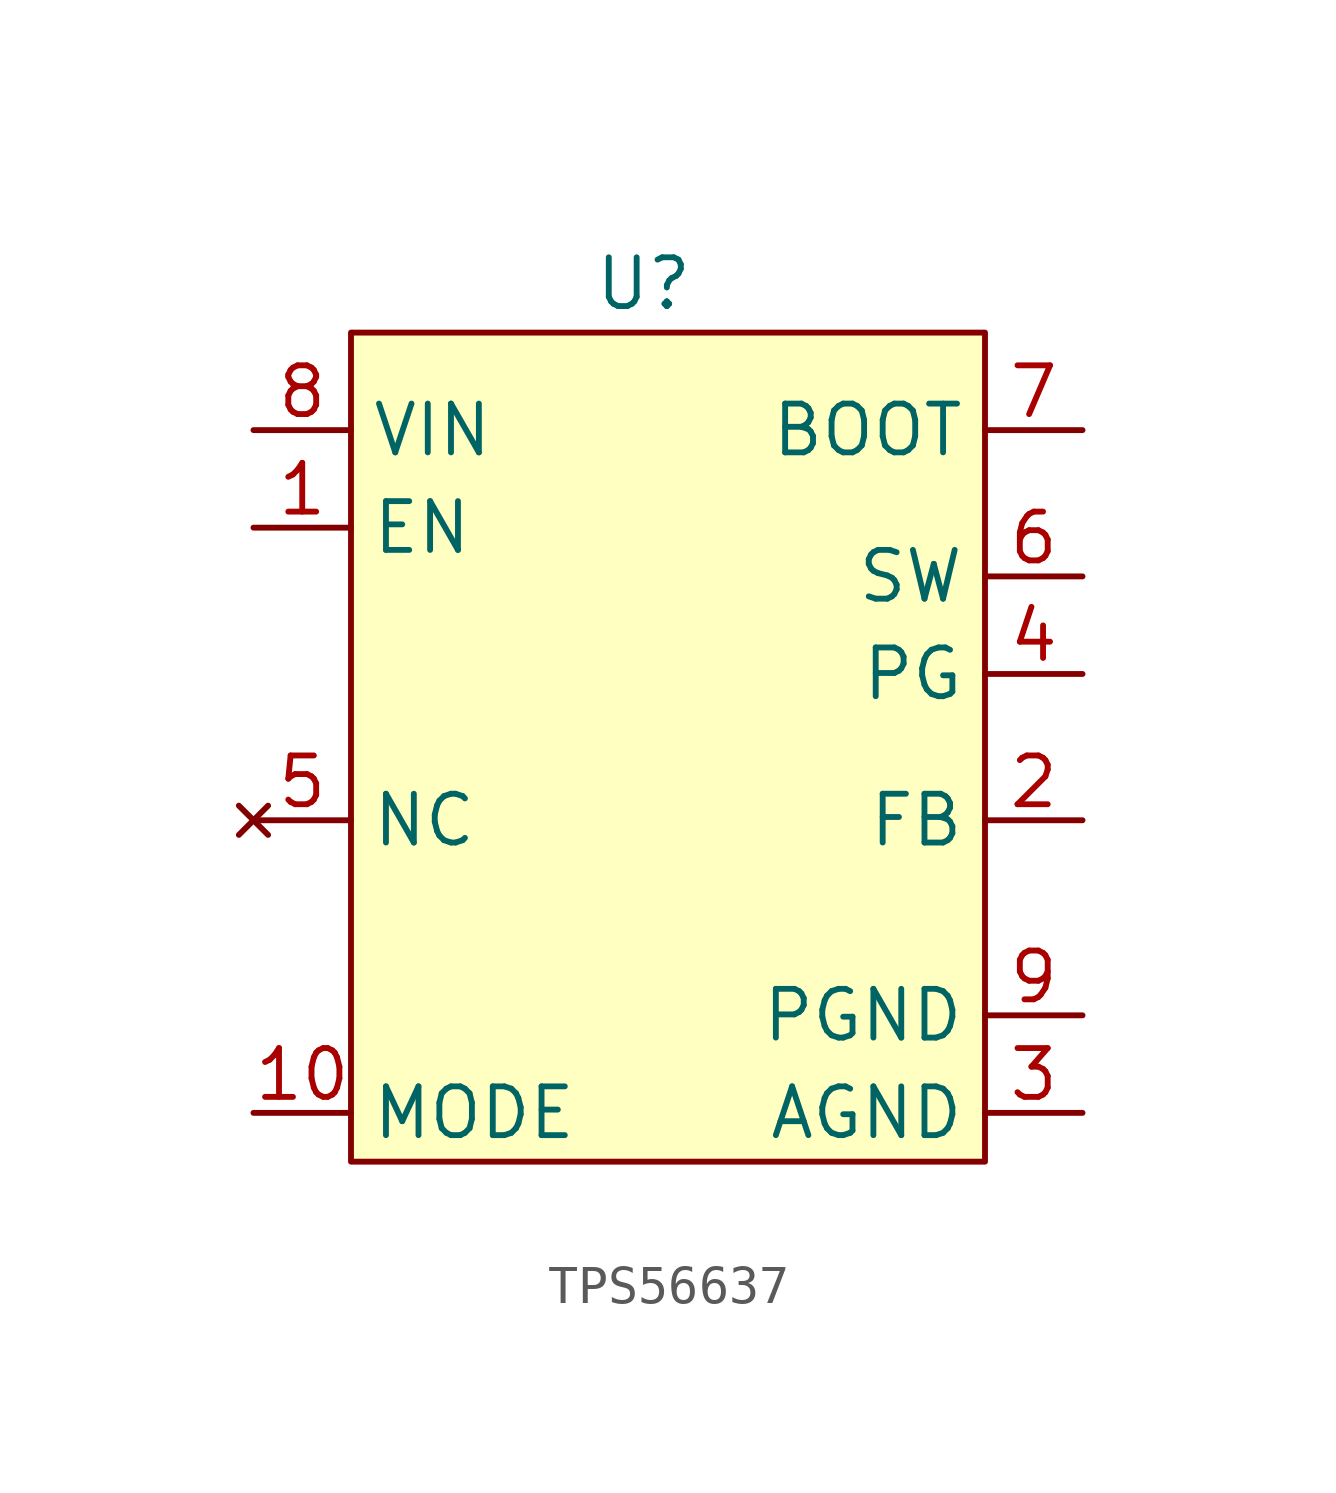
<source format=kicad_sym>
(kicad_symbol_lib
  (version 20241209)
  (generator "kicad_symbol_editor")
  (generator_version "9.0")
  (symbol "TPS56637"
    (property "Reference" "U"
      (at 0 0 0)
      (effects (font (size 1.27 1.27))))
    (property "Value" ""
      (at 0 0 0)
      (effects (font (size 1.27 1.27))))
    (symbol "TPS56637_1_1"
      (rectangle (start -7.62 -1.27) (end 8.89 -22.86) (stroke (width 0) (type solid)) (fill (type background)))
      (pin power_in line (at -10.16 -3.81 0) (length 2.54) (name "VIN" (effects (font (size 1.27 1.27)))) (number "8" (effects (font (size 1.27 1.27)))))
      (pin input line (at -10.16 -6.35 0) (length 2.54) (name "EN" (effects (font (size 1.27 1.27)))) (number "1" (effects (font (size 1.27 1.27)))))
      (pin no_connect line (at -10.16 -13.97 0) (length 2.54) (name "NC" (effects (font (size 1.27 1.27)))) (number "5" (effects (font (size 1.27 1.27)))))
      (pin input line (at -10.16 -21.59 0) (length 2.54) (name "MODE" (effects (font (size 1.27 1.27)))) (number "10" (effects (font (size 1.27 1.27)))))
      (pin input line (at 11.43 -3.81 180) (length 2.54) (name "BOOT" (effects (font (size 1.27 1.27)))) (number "7" (effects (font (size 1.27 1.27)))))
      (pin input line (at 11.43 -7.62 180) (length 2.54) (name "SW" (effects (font (size 1.27 1.27)))) (number "6" (effects (font (size 1.27 1.27)))))
      (pin input line (at 11.43 -10.16 180) (length 2.54) (name "PG" (effects (font (size 1.27 1.27)))) (number "4" (effects (font (size 1.27 1.27)))))
      (pin input line (at 11.43 -13.97 180) (length 2.54) (name "FB" (effects (font (size 1.27 1.27)))) (number "2" (effects (font (size 1.27 1.27)))))
      (pin input line (at 11.43 -19.05 180) (length 2.54) (name "PGND" (effects (font (size 1.27 1.27)))) (number "9" (effects (font (size 1.27 1.27)))))
      (pin power_in line (at 11.43 -21.59 180) (length 2.54) (name "AGND" (effects (font (size 1.27 1.27)))) (number "3" (effects (font (size 1.27 1.27))))))))
</source>
